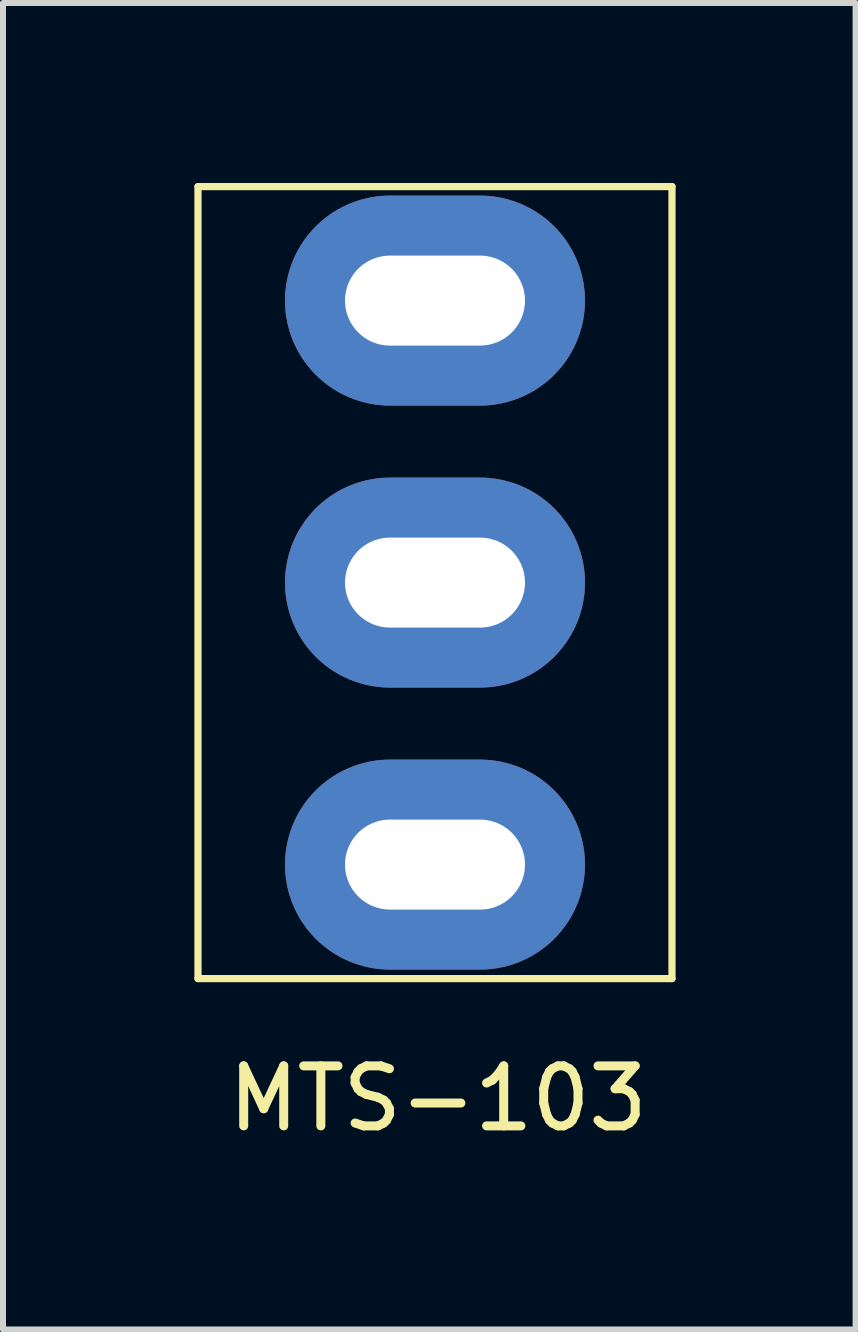
<source format=kicad_pcb>
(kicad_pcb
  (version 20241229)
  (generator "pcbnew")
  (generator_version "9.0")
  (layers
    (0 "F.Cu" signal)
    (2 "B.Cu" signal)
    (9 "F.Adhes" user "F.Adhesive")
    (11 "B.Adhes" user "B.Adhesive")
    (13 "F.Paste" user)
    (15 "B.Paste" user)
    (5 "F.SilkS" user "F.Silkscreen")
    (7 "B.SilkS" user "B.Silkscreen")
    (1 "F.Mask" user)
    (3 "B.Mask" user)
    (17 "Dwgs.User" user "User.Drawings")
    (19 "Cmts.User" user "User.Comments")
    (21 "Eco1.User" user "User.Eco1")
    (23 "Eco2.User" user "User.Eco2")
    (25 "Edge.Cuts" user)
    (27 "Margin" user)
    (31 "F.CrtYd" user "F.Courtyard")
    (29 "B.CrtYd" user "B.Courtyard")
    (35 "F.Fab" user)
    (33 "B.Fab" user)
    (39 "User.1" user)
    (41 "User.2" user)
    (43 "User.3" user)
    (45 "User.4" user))
  (footprint "MTS-103"
    (layer "F.Cu")
    (at 0.25 13.26)
    (property "Reference" "MTS-103" (at 4 2 0) (layer "F.SilkS") (effects (font (size 1 1) (thickness 0.15))))
    (attr through_hole)
    (fp_line (start 0 -13.2) (end 0 0) (stroke (width 0.12) (type solid)) (layer "F.SilkS"))
    (fp_line (start 0 0) (end 7.9 0) (stroke (width 0.12) (type solid)) (layer "F.SilkS"))
    (fp_line (start 7.9 -13.2) (end 0 -13.2) (stroke (width 0.12) (type solid)) (layer "F.SilkS"))
    (fp_line (start 7.9 0) (end 7.9 -13.2) (stroke (width 0.12) (type solid)) (layer "F.SilkS"))
    (pad "1" thru_hole oval (at 3.95 -1.9) (size 5 3.5) (drill oval 3 1.5) (layers "*.Cu" "*.Mask"))
    (pad "2" thru_hole oval (at 3.95 -6.6) (size 5 3.5) (drill oval 3 1.5) (layers "*.Cu" "*.Mask"))
    (pad "3" thru_hole oval (at 3.95 -11.3) (size 5 3.5) (drill oval 3 1.5) (layers "*.Cu" "*.Mask")))
  (gr_rect
    (start -3 -3)
    (end 11.21 19.108)
    (stroke (width 0.1) (type default))
    (fill no)
    (layer "Edge.Cuts")))
</source>
